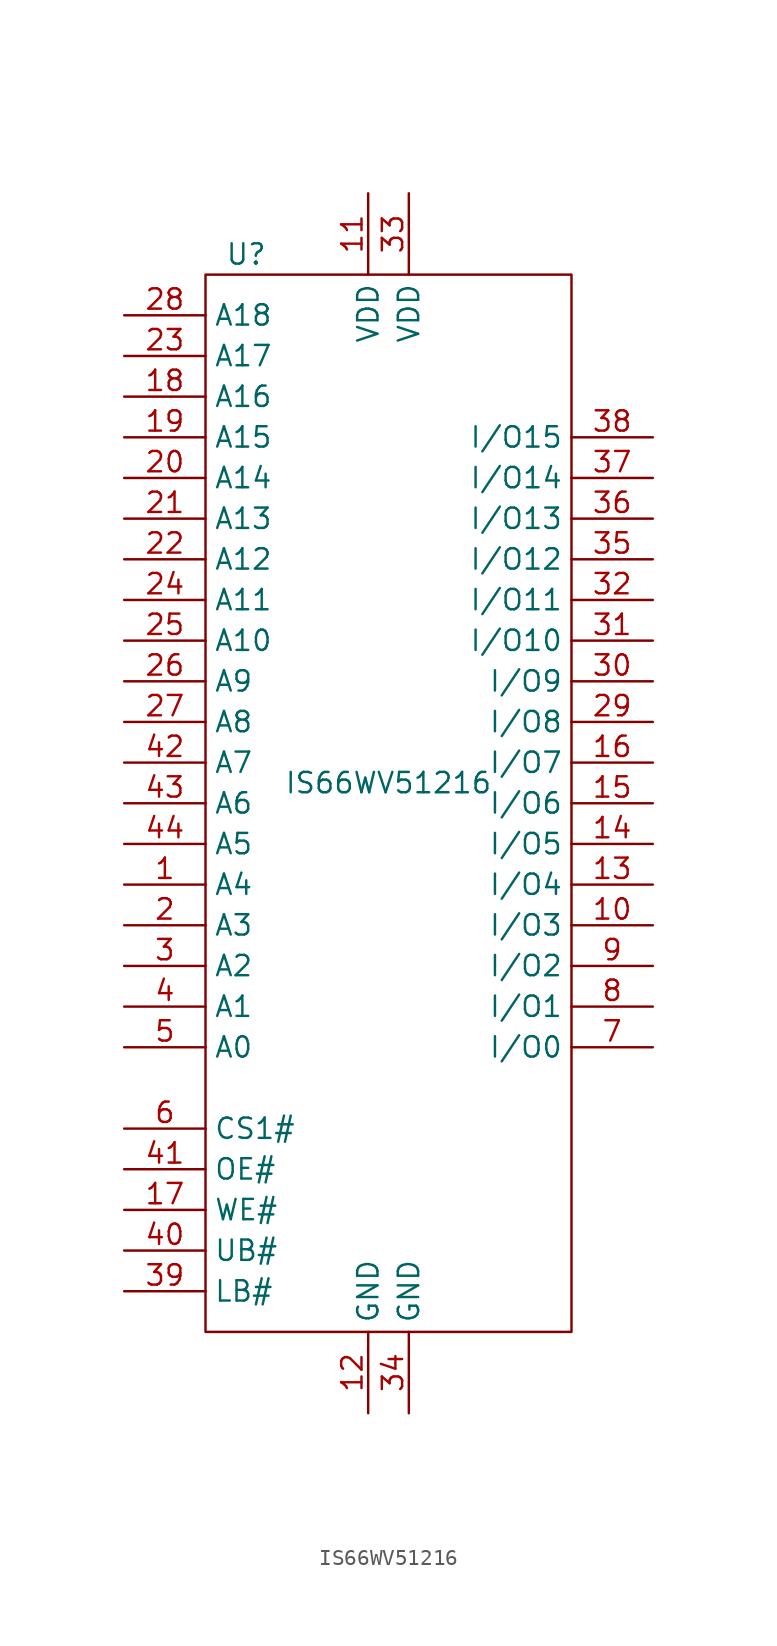
<source format=kicad_sym>
(kicad_symbol_lib
  (version 20211014)
  (generator kicad_symbol_editor)
  (symbol "IS66WV51216"
    (property "Reference" "U"
      (at -8.89 34.29 0)
      (effects (font (size 1.27 1.27))))
    (property "Value" "IS66WV51216"
      (at 0 1.27 0)
      (effects (font (size 1.27 1.27))))
    (symbol "IS66WV51216_0_1"
      (rectangle (start -11.43 33.02) (end 11.43 -33.02) (stroke (width 0.152) (type default) (color 0 0 0 0)) (fill (type none))))
    (symbol "IS66WV51216_1_1"
      (pin input line (at -16.51 -5.08 0) (length 5.08) (name "A4" (effects (font (size 1.27 1.27)))) (number "1" (effects (font (size 1.27 1.27)))))
      (pin tri_state line (at 16.51 -7.62 180) (length 5.08) (name "I/O3" (effects (font (size 1.27 1.27)))) (number "10" (effects (font (size 1.27 1.27)))))
      (pin power_in line (at -1.27 38.1 270) (length 5.08) (name "VDD" (effects (font (size 1.27 1.27)))) (number "11" (effects (font (size 1.27 1.27)))))
      (pin power_in line (at -1.27 -38.1 90) (length 5.08) (name "GND" (effects (font (size 1.27 1.27)))) (number "12" (effects (font (size 1.27 1.27)))))
      (pin tri_state line (at 16.51 -5.08 180) (length 5.08) (name "I/O4" (effects (font (size 1.27 1.27)))) (number "13" (effects (font (size 1.27 1.27)))))
      (pin tri_state line (at 16.51 -2.54 180) (length 5.08) (name "I/O5" (effects (font (size 1.27 1.27)))) (number "14" (effects (font (size 1.27 1.27)))))
      (pin tri_state line (at 16.51 0 180) (length 5.08) (name "I/O6" (effects (font (size 1.27 1.27)))) (number "15" (effects (font (size 1.27 1.27)))))
      (pin tri_state line (at 16.51 2.54 180) (length 5.08) (name "I/O7" (effects (font (size 1.27 1.27)))) (number "16" (effects (font (size 1.27 1.27)))))
      (pin input line (at -16.51 -25.4 0) (length 5.08) (name "WE#" (effects (font (size 1.27 1.27)))) (number "17" (effects (font (size 1.27 1.27)))))
      (pin input line (at -16.51 25.4 0) (length 5.08) (name "A16" (effects (font (size 1.27 1.27)))) (number "18" (effects (font (size 1.27 1.27)))))
      (pin input line (at -16.51 22.86 0) (length 5.08) (name "A15" (effects (font (size 1.27 1.27)))) (number "19" (effects (font (size 1.27 1.27)))))
      (pin input line (at -16.51 -7.62 0) (length 5.08) (name "A3" (effects (font (size 1.27 1.27)))) (number "2" (effects (font (size 1.27 1.27)))))
      (pin input line (at -16.51 20.32 0) (length 5.08) (name "A14" (effects (font (size 1.27 1.27)))) (number "20" (effects (font (size 1.27 1.27)))))
      (pin input line (at -16.51 17.78 0) (length 5.08) (name "A13" (effects (font (size 1.27 1.27)))) (number "21" (effects (font (size 1.27 1.27)))))
      (pin input line (at -16.51 15.24 0) (length 5.08) (name "A12" (effects (font (size 1.27 1.27)))) (number "22" (effects (font (size 1.27 1.27)))))
      (pin input line (at -16.51 27.94 0) (length 5.08) (name "A17" (effects (font (size 1.27 1.27)))) (number "23" (effects (font (size 1.27 1.27)))))
      (pin input line (at -16.51 12.7 0) (length 5.08) (name "A11" (effects (font (size 1.27 1.27)))) (number "24" (effects (font (size 1.27 1.27)))))
      (pin input line (at -16.51 10.16 0) (length 5.08) (name "A10" (effects (font (size 1.27 1.27)))) (number "25" (effects (font (size 1.27 1.27)))))
      (pin input line (at -16.51 7.62 0) (length 5.08) (name "A9" (effects (font (size 1.27 1.27)))) (number "26" (effects (font (size 1.27 1.27)))))
      (pin input line (at -16.51 5.08 0) (length 5.08) (name "A8" (effects (font (size 1.27 1.27)))) (number "27" (effects (font (size 1.27 1.27)))))
      (pin input line (at -16.51 30.48 0) (length 5.08) (name "A18" (effects (font (size 1.27 1.27)))) (number "28" (effects (font (size 1.27 1.27)))))
      (pin tri_state line (at 16.51 5.08 180) (length 5.08) (name "I/O8" (effects (font (size 1.27 1.27)))) (number "29" (effects (font (size 1.27 1.27)))))
      (pin input line (at -16.51 -10.16 0) (length 5.08) (name "A2" (effects (font (size 1.27 1.27)))) (number "3" (effects (font (size 1.27 1.27)))))
      (pin tri_state line (at 16.51 7.62 180) (length 5.08) (name "I/O9" (effects (font (size 1.27 1.27)))) (number "30" (effects (font (size 1.27 1.27)))))
      (pin tri_state line (at 16.51 10.16 180) (length 5.08) (name "I/O10" (effects (font (size 1.27 1.27)))) (number "31" (effects (font (size 1.27 1.27)))))
      (pin tri_state line (at 16.51 12.7 180) (length 5.08) (name "I/O11" (effects (font (size 1.27 1.27)))) (number "32" (effects (font (size 1.27 1.27)))))
      (pin power_in line (at 1.27 38.1 270) (length 5.08) (name "VDD" (effects (font (size 1.27 1.27)))) (number "33" (effects (font (size 1.27 1.27)))))
      (pin power_in line (at 1.27 -38.1 90) (length 5.08) (name "GND" (effects (font (size 1.27 1.27)))) (number "34" (effects (font (size 1.27 1.27)))))
      (pin tri_state line (at 16.51 15.24 180) (length 5.08) (name "I/O12" (effects (font (size 1.27 1.27)))) (number "35" (effects (font (size 1.27 1.27)))))
      (pin tri_state line (at 16.51 17.78 180) (length 5.08) (name "I/O13" (effects (font (size 1.27 1.27)))) (number "36" (effects (font (size 1.27 1.27)))))
      (pin tri_state line (at 16.51 20.32 180) (length 5.08) (name "I/O14" (effects (font (size 1.27 1.27)))) (number "37" (effects (font (size 1.27 1.27)))))
      (pin tri_state line (at 16.51 22.86 180) (length 5.08) (name "I/O15" (effects (font (size 1.27 1.27)))) (number "38" (effects (font (size 1.27 1.27)))))
      (pin input line (at -16.51 -30.48 0) (length 5.08) (name "LB#" (effects (font (size 1.27 1.27)))) (number "39" (effects (font (size 1.27 1.27)))))
      (pin input line (at -16.51 -12.7 0) (length 5.08) (name "A1" (effects (font (size 1.27 1.27)))) (number "4" (effects (font (size 1.27 1.27)))))
      (pin input line (at -16.51 -27.94 0) (length 5.08) (name "UB#" (effects (font (size 1.27 1.27)))) (number "40" (effects (font (size 1.27 1.27)))))
      (pin input line (at -16.51 -22.86 0) (length 5.08) (name "OE#" (effects (font (size 1.27 1.27)))) (number "41" (effects (font (size 1.27 1.27)))))
      (pin input line (at -16.51 2.54 0) (length 5.08) (name "A7" (effects (font (size 1.27 1.27)))) (number "42" (effects (font (size 1.27 1.27)))))
      (pin input line (at -16.51 0 0) (length 5.08) (name "A6" (effects (font (size 1.27 1.27)))) (number "43" (effects (font (size 1.27 1.27)))))
      (pin input line (at -16.51 -2.54 0) (length 5.08) (name "A5" (effects (font (size 1.27 1.27)))) (number "44" (effects (font (size 1.27 1.27)))))
      (pin input line (at -16.51 -15.24 0) (length 5.08) (name "A0" (effects (font (size 1.27 1.27)))) (number "5" (effects (font (size 1.27 1.27)))))
      (pin input line (at -16.51 -20.32 0) (length 5.08) (name "CS1#" (effects (font (size 1.27 1.27)))) (number "6" (effects (font (size 1.27 1.27)))))
      (pin tri_state line (at 16.51 -15.24 180) (length 5.08) (name "I/O0" (effects (font (size 1.27 1.27)))) (number "7" (effects (font (size 1.27 1.27)))))
      (pin tri_state line (at 16.51 -12.7 180) (length 5.08) (name "I/O1" (effects (font (size 1.27 1.27)))) (number "8" (effects (font (size 1.27 1.27)))))
      (pin tri_state line (at 16.51 -10.16 180) (length 5.08) (name "I/O2" (effects (font (size 1.27 1.27)))) (number "9" (effects (font (size 1.27 1.27))))))))
</source>
